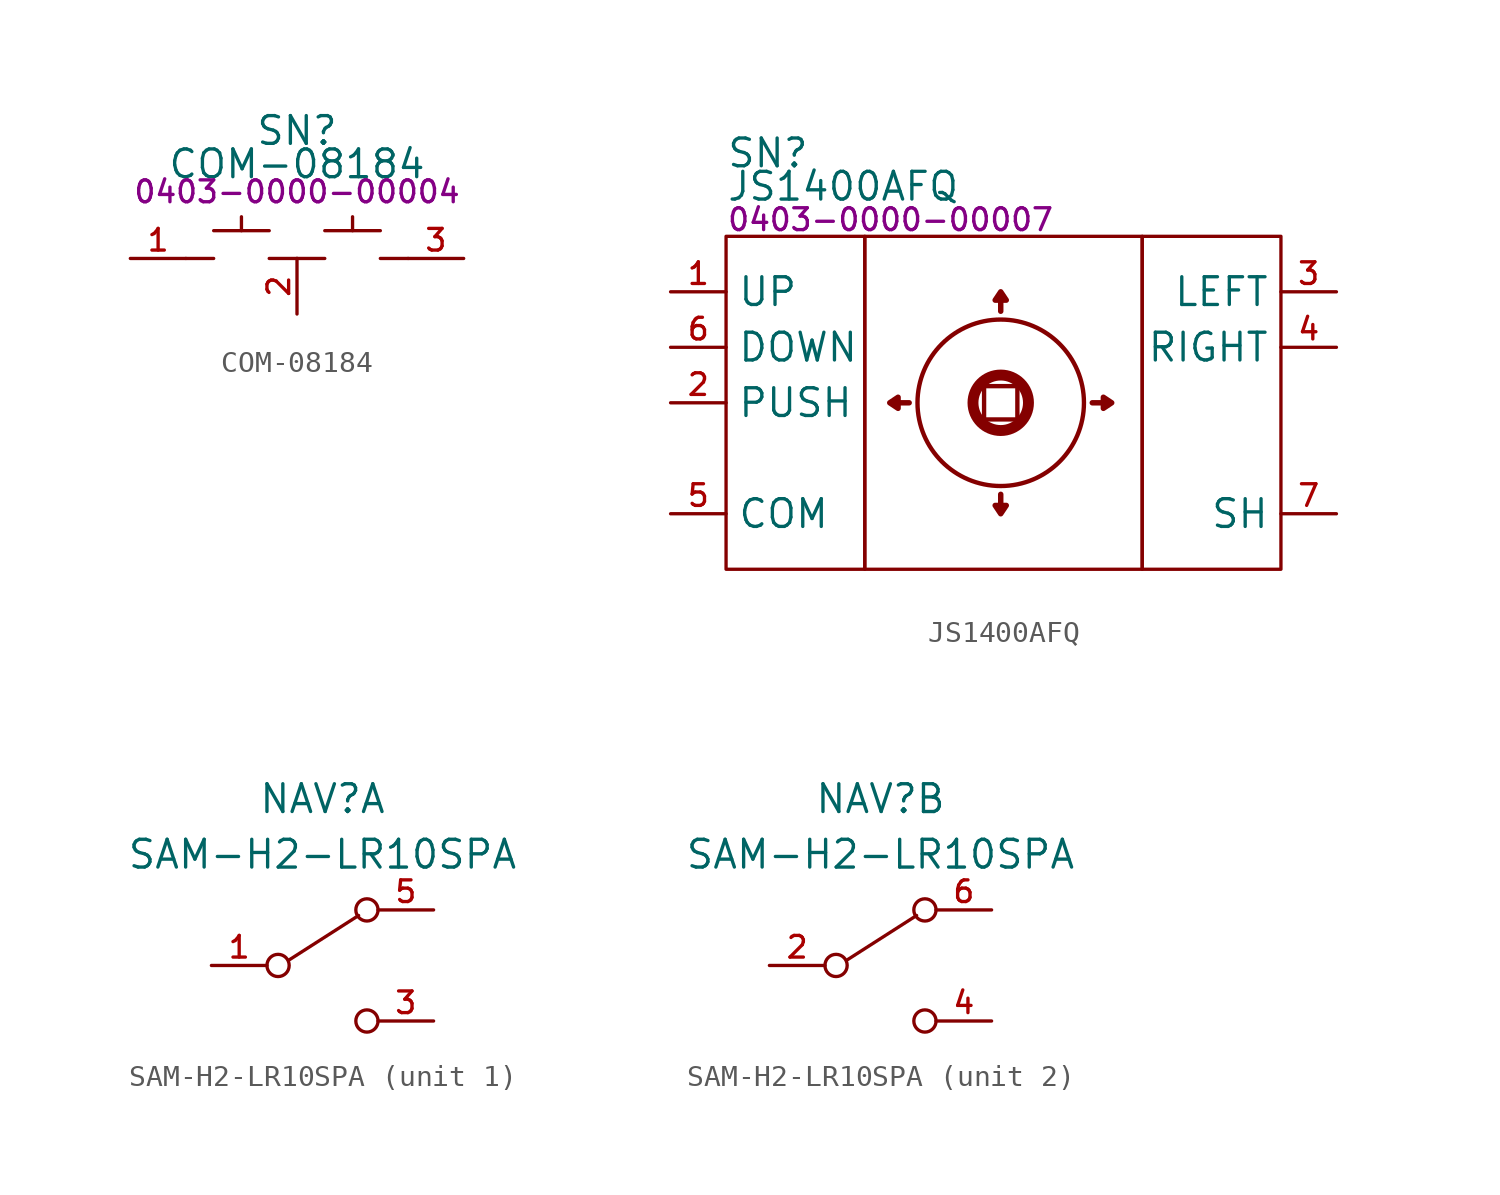
<source format=kicad_sym>
(kicad_symbol_lib
  (version 20231120)
  (generator "kicad_symbol_editor")
  (generator_version "8.0")
  (symbol "COM-08184"
    (pin_names hide)
    (property "Reference" "SN"
      (at 0 5.842 0)
      (effects (font (size 1.27 1.27))))
    (property "Value" "COM-08184"
      (at 0 4.318 0)
      (effects (font (size 1.27 1.27))))
    (property "PartNumber" "0403-0000-00004"
      (at 0 3.048 0)
      (effects (font (size 1 1))))
    (symbol "COM-08184_0_0"
      (polyline (pts (xy -5.08 0) (xy -3.81 0)) (stroke (width 0) (type default)) (fill (type none)))
      (polyline (pts (xy -3.81 1.27) (xy -1.27 1.27)) (stroke (width 0) (type default)) (fill (type none)))
      (polyline (pts (xy -2.54 1.27) (xy -2.54 1.905)) (stroke (width 0) (type default)) (fill (type none)))
      (polyline (pts (xy 0 0) (xy -1.27 0)) (stroke (width 0) (type default)) (fill (type none)))
      (polyline (pts (xy 0 0) (xy 1.27 0)) (stroke (width 0) (type default)) (fill (type none)))
      (polyline (pts (xy 1.27 1.27) (xy 3.81 1.27)) (stroke (width 0) (type default)) (fill (type none)))
      (polyline (pts (xy 2.54 1.27) (xy 2.54 1.905)) (stroke (width 0) (type default)) (fill (type none)))
      (polyline (pts (xy 5.08 0) (xy 3.81 0)) (stroke (width 0) (type default)) (fill (type none)))
      (pin passive line (at -7.62 0 0) (length 2.54) (name "UP" (effects (font (size 1.27 1.27)))) (number "1" (effects (font (size 0.991 0.991)))))
      (pin passive line (at 0 -2.54 90) (length 2.54) (name "COM" (effects (font (size 1.27 1.27)))) (number "2" (effects (font (size 0.991 0.991)))))
      (pin passive line (at 7.62 0 180) (length 2.54) (name "DOWN" (effects (font (size 1.27 1.27)))) (number "3" (effects (font (size 0.991 0.991)))))))
  (symbol "JS1400AFQ"
    (property "Reference" "SN"
      (at 0 3.81 0)
      (effects (font (size 1.27 1.27)) (justify left)))
    (property "Value" "JS1400AFQ"
      (at 0 2.286 0)
      (effects (font (size 1.27 1.27)) (justify left)))
    (property "PartNumber" "0403-0000-00007"
      (at 0 0.762 0)
      (effects (font (size 1 1)) (justify left)))
    (symbol "JS1400AFQ_0_0"
      (pin passive line (at -2.54 -12.7 0) (length 2.54) (name "COM" (effects (font (size 1.27 1.27)))) (number "5" (effects (font (size 0.991 0.991)))))
      (pin passive line (at 27.94 -12.7 180) (length 2.54) (name "SH" (effects (font (size 1.27 1.27)))) (number "7" (effects (font (size 0.991 0.991))))))
    (symbol "JS1400AFQ_0_1"
      (polyline (pts (xy 8.382 -7.62) (xy 7.493 -7.62) (xy 7.874 -7.874) (xy 7.874 -7.366) (xy 7.493 -7.62)) (stroke (width 0.25) (type default)) (fill (type none)))
      (polyline (pts (xy 12.573 -11.811) (xy 12.573 -12.7) (xy 12.827 -12.319) (xy 12.319 -12.319) (xy 12.573 -12.7)) (stroke (width 0.25) (type default)) (fill (type none)))
      (polyline (pts (xy 12.573 -3.429) (xy 12.573 -2.54) (xy 12.319 -2.921) (xy 12.827 -2.921) (xy 12.573 -2.54)) (stroke (width 0.25) (type default)) (fill (type none)))
      (polyline (pts (xy 16.764 -7.62) (xy 17.653 -7.62) (xy 17.272 -7.366) (xy 17.272 -7.874) (xy 17.653 -7.62)) (stroke (width 0.25) (type default)) (fill (type none)))
      (rectangle (start 0 0) (end 6.35 -15.24) (stroke (width 0) (type default)) (fill (type none)))
      (rectangle (start 6.35 0) (end 19.05 -15.24) (stroke (width 0) (type default)) (fill (type none)))
      (rectangle (start 11.811 -6.858) (end 13.335 -8.382) (stroke (width 0.2) (type default)) (fill (type none)))
      (circle (center 12.573 -7.62) (radius 1.27) (stroke (width 0.5) (type default)) (fill (type none)))
      (circle (center 12.573 -7.62) (radius 3.81) (stroke (width 0.2) (type default)) (fill (type none)))
      (rectangle (start 19.05 0) (end 25.4 -15.24) (stroke (width 0) (type default)) (fill (type none))))
    (symbol "JS1400AFQ_1_0"
      (pin passive line (at -2.54 -2.54 0) (length 2.54) (name "UP" (effects (font (size 1.27 1.27)))) (number "1" (effects (font (size 0.991 0.991)))))
      (pin passive line (at -2.54 -7.62 0) (length 2.54) (name "PUSH" (effects (font (size 1.27 1.27)))) (number "2" (effects (font (size 0.991 0.991)))))
      (pin passive line (at 27.94 -2.54 180) (length 2.54) (name "LEFT" (effects (font (size 1.27 1.27)))) (number "3" (effects (font (size 0.991 0.991)))))
      (pin passive line (at 27.94 -5.08 180) (length 2.54) (name "RIGHT" (effects (font (size 1.27 1.27)))) (number "4" (effects (font (size 0.991 0.991)))))
      (pin passive line (at -2.54 -5.08 0) (length 2.54) (name "DOWN" (effects (font (size 1.27 1.27)))) (number "6" (effects (font (size 0.991 0.991)))))))
  (symbol "SAM-H2-LR10SPA"
    (property "Reference" "NAV"
      (at 5.08 7.62 0)
      (effects (font (size 1.27 1.27))))
    (property "Value" "SAM-H2-LR10SPA"
      (at 5.08 5.08 0)
      (effects (font (size 1.27 1.27))))
    (property "PartNumber" ""
      (at 0 0 0)
      (effects (font (size 1.27 1.27))))
    (symbol "SAM-H2-LR10SPA_0_0"
      (circle (center 3.048 0) (radius 0.508) (stroke (width 0) (type default)) (fill (type none)))
      (circle (center 7.112 -2.54) (radius 0.508) (stroke (width 0) (type default)) (fill (type none))))
    (symbol "SAM-H2-LR10SPA_0_1"
      (polyline (pts (xy 3.556 0.254) (xy 6.731 2.286)) (stroke (width 0) (type default)) (fill (type none)))
      (circle (center 7.112 2.54) (radius 0.508) (stroke (width 0) (type default)) (fill (type none))))
    (symbol "SAM-H2-LR10SPA_1_0"
      (pin passive line (at 0 0 0) (length 2.54) (name "SW1-COM" (effects (font (size 0 0)))) (number "1" (effects (font (size 0.991 0.991)))))
      (pin passive line (at 10.16 -2.54 180) (length 2.54) (name "SW1-NO" (effects (font (size 0 0)))) (number "3" (effects (font (size 0.991 0.991)))))
      (pin passive line (at 10.16 2.54 180) (length 2.54) (name "SW1-NC" (effects (font (size 0 0)))) (number "5" (effects (font (size 0.991 0.991))))))
    (symbol "SAM-H2-LR10SPA_2_0"
      (pin passive line (at 0 0 0) (length 2.54) (name "SW2-COM" (effects (font (size 0 0)))) (number "2" (effects (font (size 0.991 0.991)))))
      (pin passive line (at 10.16 -2.54 180) (length 2.54) (name "SW2-NO" (effects (font (size 0 0)))) (number "4" (effects (font (size 0.991 0.991)))))
      (pin passive line (at 10.16 2.54 180) (length 2.54) (name "SW2-NC" (effects (font (size 0 0)))) (number "6" (effects (font (size 0.991 0.991))))))))
</source>
